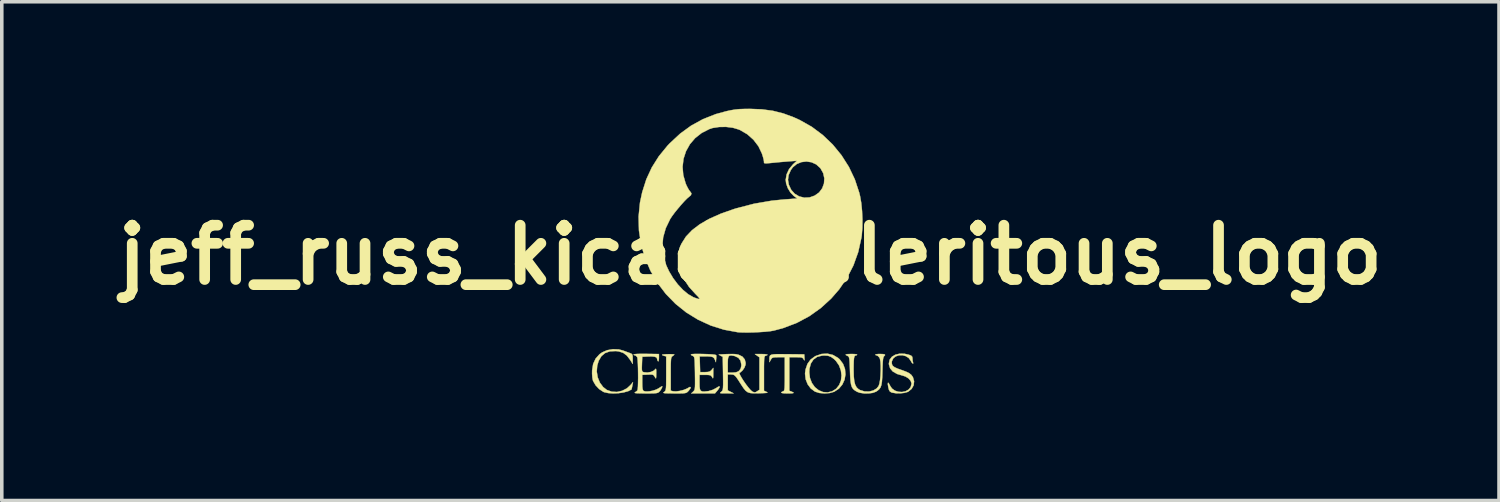
<source format=kicad_pcb>
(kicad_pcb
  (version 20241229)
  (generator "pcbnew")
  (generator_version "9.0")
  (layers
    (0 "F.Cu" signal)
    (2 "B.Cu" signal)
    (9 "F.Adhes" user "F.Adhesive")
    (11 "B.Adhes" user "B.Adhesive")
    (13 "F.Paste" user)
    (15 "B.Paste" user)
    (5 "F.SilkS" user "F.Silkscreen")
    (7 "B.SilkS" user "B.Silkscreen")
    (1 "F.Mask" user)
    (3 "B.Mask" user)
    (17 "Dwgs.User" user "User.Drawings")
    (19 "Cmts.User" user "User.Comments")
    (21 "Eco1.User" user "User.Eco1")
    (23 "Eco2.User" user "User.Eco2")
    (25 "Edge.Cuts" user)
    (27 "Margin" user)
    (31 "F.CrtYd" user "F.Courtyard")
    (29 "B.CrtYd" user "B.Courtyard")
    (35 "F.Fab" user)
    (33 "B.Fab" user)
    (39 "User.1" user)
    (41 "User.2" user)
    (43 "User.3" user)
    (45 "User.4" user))
  (footprint "jeff_russ_kicad_celeritous_logo"
    (layer "F.Cu")
    (at 18.005 4.103)
    (property "Reference" "jeff_russ_kicad_celeritous_logo" (at 0 0 0) (layer "F.SilkS") (effects (font (size 1.524 1.524) (thickness 0.3))))
    (attr through_hole)
    (fp_poly (pts (xy 1.032 2.785) (xy 1.036 2.785) (xy 1.511 2.79) (xy 1.517 2.887) (xy 1.519 2.946) (xy 1.514 2.96) (xy 1.497 2.934) (xy 1.494 2.927) (xy 1.474 2.898) (xy 1.443 2.88) (xy 1.389 2.872) (xy 1.298 2.87) (xy 1.279 2.87) (xy 1.092 2.87) (xy 1.092 3.811) (xy 1.156 3.835) (xy 1.205 3.858) (xy 1.212 3.873) (xy 1.173 3.882) (xy 1.088 3.886) (xy 1.041 3.886) (xy 0.954 3.883) (xy 0.89 3.876) (xy 0.864 3.865) (xy 0.864 3.864) (xy 0.885 3.84) (xy 0.914 3.828) (xy 0.932 3.821) (xy 0.945 3.806) (xy 0.954 3.776) (xy 0.96 3.723) (xy 0.963 3.642) (xy 0.965 3.525) (xy 0.965 3.365) (xy 0.965 3.342) (xy 0.965 2.87) (xy 0.788 2.87) (xy 0.694 2.872) (xy 0.637 2.879) (xy 0.604 2.896) (xy 0.58 2.928) (xy 0.573 2.94) (xy 0.535 3.01) (xy 0.535 2.946) (xy 0.534 2.89) (xy 0.539 2.848) (xy 0.554 2.819) (xy 0.588 2.8) (xy 0.646 2.789) (xy 0.735 2.784) (xy 0.862 2.784) (xy 1.032 2.785)) (stroke (width 0.01) (type solid)) (fill yes) (layer "F.SilkS"))
    (fp_poly (pts (xy -2.167 2.787) (xy -2.135 2.792) (xy -2.134 2.794) (xy -2.152 2.816) (xy -2.184 2.839) (xy -2.202 2.853) (xy -2.215 2.874) (xy -2.225 2.91) (xy -2.23 2.968) (xy -2.234 3.054) (xy -2.235 3.177) (xy -2.235 3.34) (xy -2.235 3.809) (xy -2.17 3.825) (xy -2.089 3.83) (xy -1.983 3.816) (xy -1.873 3.788) (xy -1.78 3.75) (xy -1.751 3.733) (xy -1.698 3.704) (xy -1.676 3.711) (xy -1.684 3.746) (xy -1.725 3.803) (xy -1.739 3.819) (xy -1.766 3.846) (xy -1.793 3.865) (xy -1.831 3.876) (xy -1.889 3.883) (xy -1.977 3.885) (xy -2.104 3.885) (xy -2.139 3.885) (xy -2.274 3.884) (xy -2.365 3.882) (xy -2.419 3.877) (xy -2.441 3.87) (xy -2.438 3.858) (xy -2.419 3.844) (xy -2.399 3.828) (xy -2.385 3.808) (xy -2.375 3.776) (xy -2.368 3.726) (xy -2.364 3.649) (xy -2.363 3.538) (xy -2.362 3.387) (xy -2.362 3.325) (xy -2.362 2.846) (xy -2.427 2.83) (xy -2.47 2.813) (xy -2.478 2.8) (xy -2.448 2.792) (xy -2.386 2.787) (xy -2.308 2.784) (xy -2.23 2.784) (xy -2.167 2.787)) (stroke (width 0.01) (type solid)) (fill yes) (layer "F.SilkS"))
    (fp_poly (pts (xy 2.316 2.806) (xy 2.456 2.887) (xy 2.505 2.93) (xy 2.6 3.058) (xy 2.654 3.201) (xy 2.667 3.352) (xy 2.642 3.5) (xy 2.58 3.636) (xy 2.483 3.752) (xy 2.352 3.838) (xy 2.35 3.839) (xy 2.225 3.875) (xy 2.08 3.886) (xy 1.935 3.873) (xy 1.814 3.835) (xy 1.812 3.834) (xy 1.696 3.749) (xy 1.607 3.63) (xy 1.551 3.488) (xy 1.533 3.333) (xy 1.538 3.292) (xy 1.651 3.292) (xy 1.671 3.453) (xy 1.726 3.594) (xy 1.809 3.71) (xy 1.915 3.796) (xy 2.037 3.847) (xy 2.169 3.857) (xy 2.294 3.826) (xy 2.409 3.753) (xy 2.491 3.649) (xy 2.541 3.524) (xy 2.557 3.384) (xy 2.539 3.241) (xy 2.488 3.101) (xy 2.401 2.975) (xy 2.351 2.925) (xy 2.262 2.86) (xy 2.173 2.827) (xy 2.064 2.821) (xy 2.009 2.825) (xy 1.874 2.86) (xy 1.769 2.935) (xy 1.696 3.047) (xy 1.657 3.193) (xy 1.651 3.292) (xy 1.538 3.292) (xy 1.547 3.216) (xy 1.601 3.058) (xy 1.688 2.937) (xy 1.812 2.846) (xy 1.833 2.835) (xy 1.996 2.779) (xy 2.16 2.77) (xy 2.316 2.806)) (stroke (width 0.01) (type solid)) (fill yes) (layer "F.SilkS"))
    (fp_poly (pts (xy -3.695 2.651) (xy -3.581 2.68) (xy -3.492 2.713) (xy -3.407 2.744) (xy -3.385 2.752) (xy -3.337 2.772) (xy -3.312 2.798) (xy -3.303 2.847) (xy -3.302 2.919) (xy -3.302 3.058) (xy -3.375 2.943) (xy -3.467 2.823) (xy -3.569 2.747) (xy -3.692 2.707) (xy -3.776 2.697) (xy -3.942 2.705) (xy -4.077 2.753) (xy -4.182 2.842) (xy -4.258 2.973) (xy -4.298 3.107) (xy -4.311 3.271) (xy -4.285 3.434) (xy -4.224 3.583) (xy -4.132 3.707) (xy -4.028 3.788) (xy -3.892 3.837) (xy -3.744 3.845) (xy -3.597 3.812) (xy -3.462 3.741) (xy -3.365 3.652) (xy -3.294 3.569) (xy -3.313 3.67) (xy -3.326 3.734) (xy -3.335 3.772) (xy -3.336 3.775) (xy -3.428 3.822) (xy -3.554 3.857) (xy -3.7 3.879) (xy -3.85 3.886) (xy -3.99 3.876) (xy -4.105 3.85) (xy -4.128 3.84) (xy -4.243 3.764) (xy -4.343 3.658) (xy -4.411 3.54) (xy -4.42 3.518) (xy -4.434 3.442) (xy -4.442 3.338) (xy -4.441 3.24) (xy -4.412 3.059) (xy -4.342 2.908) (xy -4.232 2.786) (xy -4.159 2.734) (xy -4.019 2.673) (xy -3.857 2.645) (xy -3.695 2.651)) (stroke (width 0.01) (type solid)) (fill yes) (layer "F.SilkS"))
    (fp_poly (pts (xy 4.326 2.774) (xy 4.445 2.8) (xy 4.511 2.826) (xy 4.541 2.858) (xy 4.547 2.9) (xy 4.552 2.967) (xy 4.562 3.008) (xy 4.569 3.044) (xy 4.555 3.047) (xy 4.528 3.021) (xy 4.5 2.972) (xy 4.5 2.971) (xy 4.442 2.891) (xy 4.36 2.839) (xy 4.264 2.814) (xy 4.166 2.817) (xy 4.078 2.846) (xy 4.009 2.901) (xy 3.971 2.981) (xy 3.967 3.004) (xy 3.97 3.063) (xy 3.993 3.111) (xy 4.045 3.151) (xy 4.133 3.191) (xy 4.241 3.229) (xy 4.369 3.276) (xy 4.458 3.32) (xy 4.517 3.368) (xy 4.558 3.427) (xy 4.561 3.432) (xy 4.593 3.545) (xy 4.58 3.657) (xy 4.525 3.757) (xy 4.432 3.834) (xy 4.412 3.844) (xy 4.322 3.87) (xy 4.205 3.883) (xy 4.083 3.881) (xy 3.979 3.864) (xy 3.959 3.858) (xy 3.915 3.832) (xy 3.887 3.784) (xy 3.868 3.707) (xy 3.856 3.626) (xy 3.86 3.587) (xy 3.878 3.593) (xy 3.907 3.646) (xy 3.912 3.658) (xy 3.971 3.747) (xy 4.054 3.808) (xy 4.153 3.84) (xy 4.256 3.846) (xy 4.355 3.825) (xy 4.438 3.779) (xy 4.497 3.708) (xy 4.521 3.613) (xy 4.521 3.606) (xy 4.498 3.534) (xy 4.438 3.465) (xy 4.353 3.412) (xy 4.287 3.39) (xy 4.118 3.34) (xy 3.996 3.271) (xy 3.92 3.181) (xy 3.887 3.071) (xy 3.886 3.042) (xy 3.909 2.938) (xy 3.971 2.857) (xy 4.066 2.8) (xy 4.187 2.771) (xy 4.326 2.774)) (stroke (width 0.01) (type solid)) (fill yes) (layer "F.SilkS"))
    (fp_poly (pts (xy -1.314 2.78) (xy -1.17 2.785) (xy -1.069 2.791) (xy -1.005 2.798) (xy -0.969 2.808) (xy -0.956 2.822) (xy -0.955 2.83) (xy -0.958 2.886) (xy -0.963 2.94) (xy -0.968 3.01) (xy -0.993 2.947) (xy -1.019 2.897) (xy -1.054 2.867) (xy -1.112 2.851) (xy -1.203 2.846) (xy -1.252 2.845) (xy -1.424 2.845) (xy -1.41 3.289) (xy -1.273 3.288) (xy -1.185 3.283) (xy -1.13 3.265) (xy -1.09 3.229) (xy -1.089 3.228) (xy -1.041 3.169) (xy -1.042 3.331) (xy -1.043 3.416) (xy -1.047 3.456) (xy -1.057 3.459) (xy -1.073 3.431) (xy -1.074 3.429) (xy -1.097 3.394) (xy -1.129 3.375) (xy -1.185 3.367) (xy -1.267 3.365) (xy -1.427 3.365) (xy -1.428 3.578) (xy -1.426 3.695) (xy -1.416 3.77) (xy -1.391 3.812) (xy -1.349 3.831) (xy -1.295 3.834) (xy -1.176 3.821) (xy -1.056 3.785) (xy -0.962 3.736) (xy -0.896 3.694) (xy -0.864 3.689) (xy -0.866 3.717) (xy -0.904 3.777) (xy -0.929 3.808) (xy -0.995 3.886) (xy -1.661 3.886) (xy -1.604 3.834) (xy -1.585 3.813) (xy -1.57 3.789) (xy -1.561 3.754) (xy -1.555 3.7) (xy -1.553 3.62) (xy -1.553 3.505) (xy -1.555 3.348) (xy -1.555 3.32) (xy -1.558 3.156) (xy -1.561 3.036) (xy -1.565 2.952) (xy -1.572 2.897) (xy -1.581 2.864) (xy -1.595 2.846) (xy -1.614 2.835) (xy -1.619 2.832) (xy -1.662 2.81) (xy -1.67 2.793) (xy -1.639 2.783) (xy -1.566 2.778) (xy -1.448 2.777) (xy -1.314 2.78)) (stroke (width 0.01) (type solid)) (fill yes) (layer "F.SilkS"))
    (fp_poly (pts (xy 2.916 2.781) (xy 2.976 2.788) (xy 2.997 2.798) (xy 2.977 2.817) (xy 2.962 2.819) (xy 2.936 2.826) (xy 2.918 2.85) (xy 2.907 2.899) (xy 2.9 2.98) (xy 2.897 3.099) (xy 2.896 3.222) (xy 2.9 3.402) (xy 2.914 3.54) (xy 2.94 3.642) (xy 2.98 3.716) (xy 3.036 3.768) (xy 3.08 3.793) (xy 3.204 3.83) (xy 3.331 3.833) (xy 3.448 3.804) (xy 3.544 3.745) (xy 3.597 3.679) (xy 3.621 3.608) (xy 3.639 3.504) (xy 3.651 3.379) (xy 3.657 3.245) (xy 3.657 3.114) (xy 3.65 3.001) (xy 3.635 2.916) (xy 3.622 2.883) (xy 3.58 2.837) (xy 3.543 2.819) (xy 3.509 2.808) (xy 3.505 2.798) (xy 3.528 2.787) (xy 3.587 2.78) (xy 3.645 2.779) (xy 3.733 2.783) (xy 3.775 2.794) (xy 3.777 2.815) (xy 3.749 2.843) (xy 3.734 2.868) (xy 3.722 2.92) (xy 3.714 3.005) (xy 3.708 3.13) (xy 3.704 3.26) (xy 3.699 3.429) (xy 3.69 3.556) (xy 3.675 3.649) (xy 3.651 3.717) (xy 3.615 3.767) (xy 3.565 3.81) (xy 3.523 3.837) (xy 3.434 3.87) (xy 3.317 3.886) (xy 3.189 3.885) (xy 3.072 3.868) (xy 2.999 3.842) (xy 2.933 3.804) (xy 2.883 3.762) (xy 2.848 3.709) (xy 2.824 3.635) (xy 2.809 3.534) (xy 2.799 3.396) (xy 2.794 3.256) (xy 2.789 3.105) (xy 2.784 2.998) (xy 2.777 2.925) (xy 2.768 2.88) (xy 2.756 2.854) (xy 2.737 2.839) (xy 2.724 2.832) (xy 2.679 2.809) (xy 2.675 2.793) (xy 2.715 2.784) (xy 2.801 2.78) (xy 2.832 2.779) (xy 2.916 2.781)) (stroke (width 0.01) (type solid)) (fill yes) (layer "F.SilkS"))
    (fp_poly (pts (xy -2.929 2.776) (xy -2.921 2.776) (xy -2.566 2.781) (xy -2.566 2.891) (xy -2.571 2.958) (xy -2.584 2.986) (xy -2.591 2.985) (xy -2.612 2.949) (xy -2.616 2.92) (xy -2.631 2.881) (xy -2.68 2.857) (xy -2.768 2.847) (xy -2.884 2.85) (xy -3.035 2.857) (xy -3.043 3.066) (xy -3.046 3.169) (xy -3.044 3.232) (xy -3.034 3.266) (xy -3.014 3.283) (xy -2.984 3.292) (xy -2.888 3.3) (xy -2.79 3.283) (xy -2.71 3.246) (xy -2.686 3.224) (xy -2.662 3.197) (xy -2.649 3.196) (xy -2.643 3.229) (xy -2.642 3.302) (xy -2.643 3.331) (xy -2.644 3.417) (xy -2.648 3.459) (xy -2.657 3.463) (xy -2.675 3.435) (xy -2.682 3.421) (xy -2.707 3.383) (xy -2.736 3.362) (xy -2.786 3.355) (xy -2.871 3.358) (xy -2.878 3.358) (xy -3.035 3.365) (xy -3.035 3.579) (xy -3.033 3.691) (xy -3.025 3.762) (xy -3.01 3.802) (xy -2.995 3.817) (xy -2.936 3.832) (xy -2.846 3.829) (xy -2.745 3.811) (xy -2.648 3.78) (xy -2.578 3.745) (xy -2.52 3.707) (xy -2.482 3.685) (xy -2.476 3.683) (xy -2.472 3.701) (xy -2.49 3.744) (xy -2.522 3.797) (xy -2.548 3.829) (xy -2.572 3.852) (xy -2.6 3.868) (xy -2.643 3.878) (xy -2.708 3.883) (xy -2.806 3.885) (xy -2.944 3.885) (xy -3.084 3.884) (xy -3.178 3.881) (xy -3.231 3.876) (xy -3.249 3.867) (xy -3.239 3.856) (xy -3.19 3.821) (xy -3.169 3.799) (xy -3.161 3.762) (xy -3.155 3.685) (xy -3.152 3.578) (xy -3.15 3.451) (xy -3.151 3.315) (xy -3.153 3.181) (xy -3.157 3.058) (xy -3.163 2.958) (xy -3.17 2.89) (xy -3.176 2.869) (xy -3.212 2.829) (xy -3.239 2.819) (xy -3.273 2.806) (xy -3.277 2.795) (xy -3.252 2.785) (xy -3.182 2.778) (xy -3.073 2.775) (xy -2.929 2.776)) (stroke (width 0.01) (type solid)) (fill yes) (layer "F.SilkS"))
    (fp_poly (pts (xy -0.429 2.783) (xy -0.375 2.791) (xy -0.328 2.802) (xy -0.224 2.853) (xy -0.158 2.933) (xy -0.133 3.033) (xy -0.138 3.084) (xy -0.168 3.164) (xy -0.221 3.241) (xy -0.282 3.296) (xy -0.305 3.306) (xy -0.307 3.33) (xy -0.283 3.384) (xy -0.24 3.459) (xy -0.184 3.546) (xy -0.121 3.636) (xy -0.057 3.719) (xy 0.001 3.786) (xy 0.046 3.828) (xy 0.054 3.833) (xy 0.107 3.856) (xy 0.151 3.849) (xy 0.188 3.827) (xy 0.254 3.783) (xy 0.254 2.874) (xy 0.19 2.828) (xy 0.126 2.781) (xy 0.304 2.781) (xy 0.407 2.784) (xy 0.467 2.793) (xy 0.482 2.805) (xy 0.449 2.822) (xy 0.432 2.827) (xy 0.414 2.834) (xy 0.401 2.849) (xy 0.392 2.878) (xy 0.386 2.93) (xy 0.383 3.01) (xy 0.381 3.125) (xy 0.381 3.283) (xy 0.381 3.326) (xy 0.381 3.811) (xy 0.451 3.842) (xy 0.476 3.856) (xy 0.475 3.866) (xy 0.442 3.872) (xy 0.37 3.877) (xy 0.254 3.88) (xy 0.245 3.881) (xy 0.104 3.883) (xy 0.003 3.876) (xy -0.072 3.854) (xy -0.133 3.81) (xy -0.192 3.739) (xy -0.261 3.635) (xy -0.273 3.616) (xy -0.343 3.506) (xy -0.395 3.431) (xy -0.436 3.386) (xy -0.473 3.362) (xy -0.514 3.354) (xy -0.548 3.353) (xy -0.635 3.353) (xy -0.635 3.801) (xy -0.47 3.883) (xy -0.673 3.884) (xy -0.773 3.884) (xy -0.829 3.881) (xy -0.85 3.874) (xy -0.841 3.859) (xy -0.819 3.841) (xy -0.798 3.823) (xy -0.784 3.803) (xy -0.774 3.771) (xy -0.768 3.721) (xy -0.765 3.645) (xy -0.765 3.536) (xy -0.767 3.385) (xy -0.768 3.328) (xy -0.772 3.073) (xy -0.635 3.073) (xy -0.635 3.302) (xy -0.503 3.302) (xy -0.408 3.295) (xy -0.344 3.271) (xy -0.313 3.247) (xy -0.271 3.189) (xy -0.255 3.11) (xy -0.254 3.081) (xy -0.275 2.969) (xy -0.337 2.887) (xy -0.438 2.838) (xy -0.467 2.831) (xy -0.541 2.82) (xy -0.589 2.827) (xy -0.617 2.858) (xy -0.631 2.922) (xy -0.635 3.026) (xy -0.635 3.073) (xy -0.772 3.073) (xy -0.775 2.859) (xy -0.838 2.827) (xy -0.88 2.804) (xy -0.889 2.794) (xy -0.72 2.785) (xy -0.593 2.781) (xy -0.499 2.78) (xy -0.429 2.783)) (stroke (width 0.01) (type solid)) (fill yes) (layer "F.SilkS"))
    (fp_poly (pts (xy 0.324 -4.085) (xy 0.631 -4.044) (xy 0.924 -3.97) (xy 1.218 -3.861) (xy 1.385 -3.785) (xy 1.722 -3.595) (xy 2.031 -3.364) (xy 2.31 -3.097) (xy 2.555 -2.798) (xy 2.763 -2.471) (xy 2.93 -2.12) (xy 3.053 -1.749) (xy 3.077 -1.651) (xy 3.111 -1.456) (xy 3.133 -1.231) (xy 3.143 -0.993) (xy 3.141 -0.76) (xy 3.125 -0.551) (xy 3.114 -0.479) (xy 3.025 -0.08) (xy 2.891 0.293) (xy 2.712 0.643) (xy 2.489 0.968) (xy 2.269 1.221) (xy 1.974 1.491) (xy 1.653 1.719) (xy 1.303 1.906) (xy 0.925 2.05) (xy 0.656 2.123) (xy 0.558 2.14) (xy 0.423 2.154) (xy 0.265 2.165) (xy 0.096 2.173) (xy -0.07 2.177) (xy -0.218 2.176) (xy -0.336 2.17) (xy -0.356 2.168) (xy -0.742 2.097) (xy -1.114 1.98) (xy -1.467 1.818) (xy -1.798 1.615) (xy -2.101 1.372) (xy -2.373 1.093) (xy -2.602 0.792) (xy -2.805 0.443) (xy -2.96 0.078) (xy -3.05 -0.235) (xy -2.47 -0.235) (xy -2.441 0.026) (xy -2.362 0.288) (xy -2.284 0.457) (xy -2.169 0.65) (xy -2.036 0.827) (xy -1.892 0.981) (xy -1.745 1.103) (xy -1.602 1.185) (xy -1.579 1.195) (xy -1.487 1.227) (xy -1.437 1.237) (xy -1.429 1.221) (xy -1.461 1.178) (xy -1.533 1.104) (xy -1.545 1.092) (xy -1.721 0.898) (xy -1.851 0.7) (xy -1.938 0.489) (xy -1.988 0.255) (xy -2.001 0.108) (xy -2.006 -0.011) (xy -2.005 -0.095) (xy -1.997 -0.159) (xy -1.978 -0.218) (xy -1.946 -0.289) (xy -1.93 -0.322) (xy -1.808 -0.515) (xy -1.637 -0.695) (xy -1.417 -0.862) (xy -1.148 -1.016) (xy -0.831 -1.157) (xy -0.464 -1.286) (xy -0.397 -1.307) (xy 0.104 -1.437) (xy 0.601 -1.522) (xy 0.918 -1.554) (xy 1.316 -1.584) (xy 1.22 -1.653) (xy 1.127 -1.747) (xy 1.051 -1.871) (xy 1.003 -2.006) (xy 0.991 -2.107) (xy 0.991 -2.108) (xy 1.054 -2.108) (xy 1.078 -1.967) (xy 1.079 -1.967) (xy 1.145 -1.826) (xy 1.244 -1.716) (xy 1.369 -1.642) (xy 1.511 -1.607) (xy 1.661 -1.614) (xy 1.803 -1.664) (xy 1.927 -1.752) (xy 2.015 -1.869) (xy 2.065 -2.005) (xy 2.075 -2.149) (xy 2.043 -2.294) (xy 1.968 -2.428) (xy 1.957 -2.441) (xy 1.846 -2.541) (xy 1.714 -2.601) (xy 1.573 -2.622) (xy 1.432 -2.605) (xy 1.301 -2.551) (xy 1.191 -2.46) (xy 1.134 -2.381) (xy 1.072 -2.241) (xy 1.054 -2.108) (xy 0.991 -2.108) (xy 1.016 -2.26) (xy 1.085 -2.408) (xy 1.193 -2.539) (xy 1.199 -2.545) (xy 1.304 -2.642) (xy 1.103 -2.627) (xy 0.978 -2.617) (xy 0.831 -2.605) (xy 0.69 -2.591) (xy 0.668 -2.589) (xy 0.544 -2.577) (xy 0.462 -2.57) (xy 0.413 -2.569) (xy 0.389 -2.577) (xy 0.381 -2.592) (xy 0.381 -2.618) (xy 0.381 -2.623) (xy 0.373 -2.675) (xy 0.351 -2.757) (xy 0.322 -2.848) (xy 0.225 -3.05) (xy 0.086 -3.232) (xy -0.087 -3.386) (xy -0.287 -3.503) (xy -0.33 -3.521) (xy -0.496 -3.57) (xy -0.685 -3.593) (xy -0.879 -3.59) (xy -1.059 -3.562) (xy -1.149 -3.533) (xy -1.366 -3.423) (xy -1.55 -3.279) (xy -1.698 -3.106) (xy -1.807 -2.91) (xy -1.877 -2.696) (xy -1.903 -2.472) (xy -1.884 -2.241) (xy -1.818 -2.01) (xy -1.792 -1.948) (xy -1.751 -1.868) (xy -1.712 -1.805) (xy -1.69 -1.779) (xy -1.654 -1.728) (xy -1.669 -1.676) (xy -1.716 -1.635) (xy -1.773 -1.588) (xy -1.851 -1.509) (xy -1.941 -1.409) (xy -2.035 -1.298) (xy -2.125 -1.187) (xy -2.201 -1.084) (xy -2.252 -1.006) (xy -2.375 -0.751) (xy -2.448 -0.494) (xy -2.47 -0.235) (xy -3.05 -0.235) (xy -3.068 -0.299) (xy -3.127 -0.685) (xy -3.137 -1.076) (xy -3.098 -1.469) (xy -3.036 -1.759) (xy -2.92 -2.123) (xy -2.765 -2.457) (xy -2.569 -2.768) (xy -2.328 -3.063) (xy -2.264 -3.131) (xy -1.971 -3.403) (xy -1.662 -3.628) (xy -1.33 -3.81) (xy -0.972 -3.951) (xy -0.675 -4.032) (xy -0.546 -4.06) (xy -0.43 -4.079) (xy -0.313 -4.091) (xy -0.176 -4.096) (xy -0.013 -4.098) (xy 0.324 -4.085)) (stroke (width 0.01) (type solid)) (fill yes) (layer "F.SilkS")))
  (gr_rect
    (start -3 -3)
    (end 39.01 10.994)
    (stroke (width 0.1) (type default))
    (fill no)
    (layer "Edge.Cuts")))
</source>
